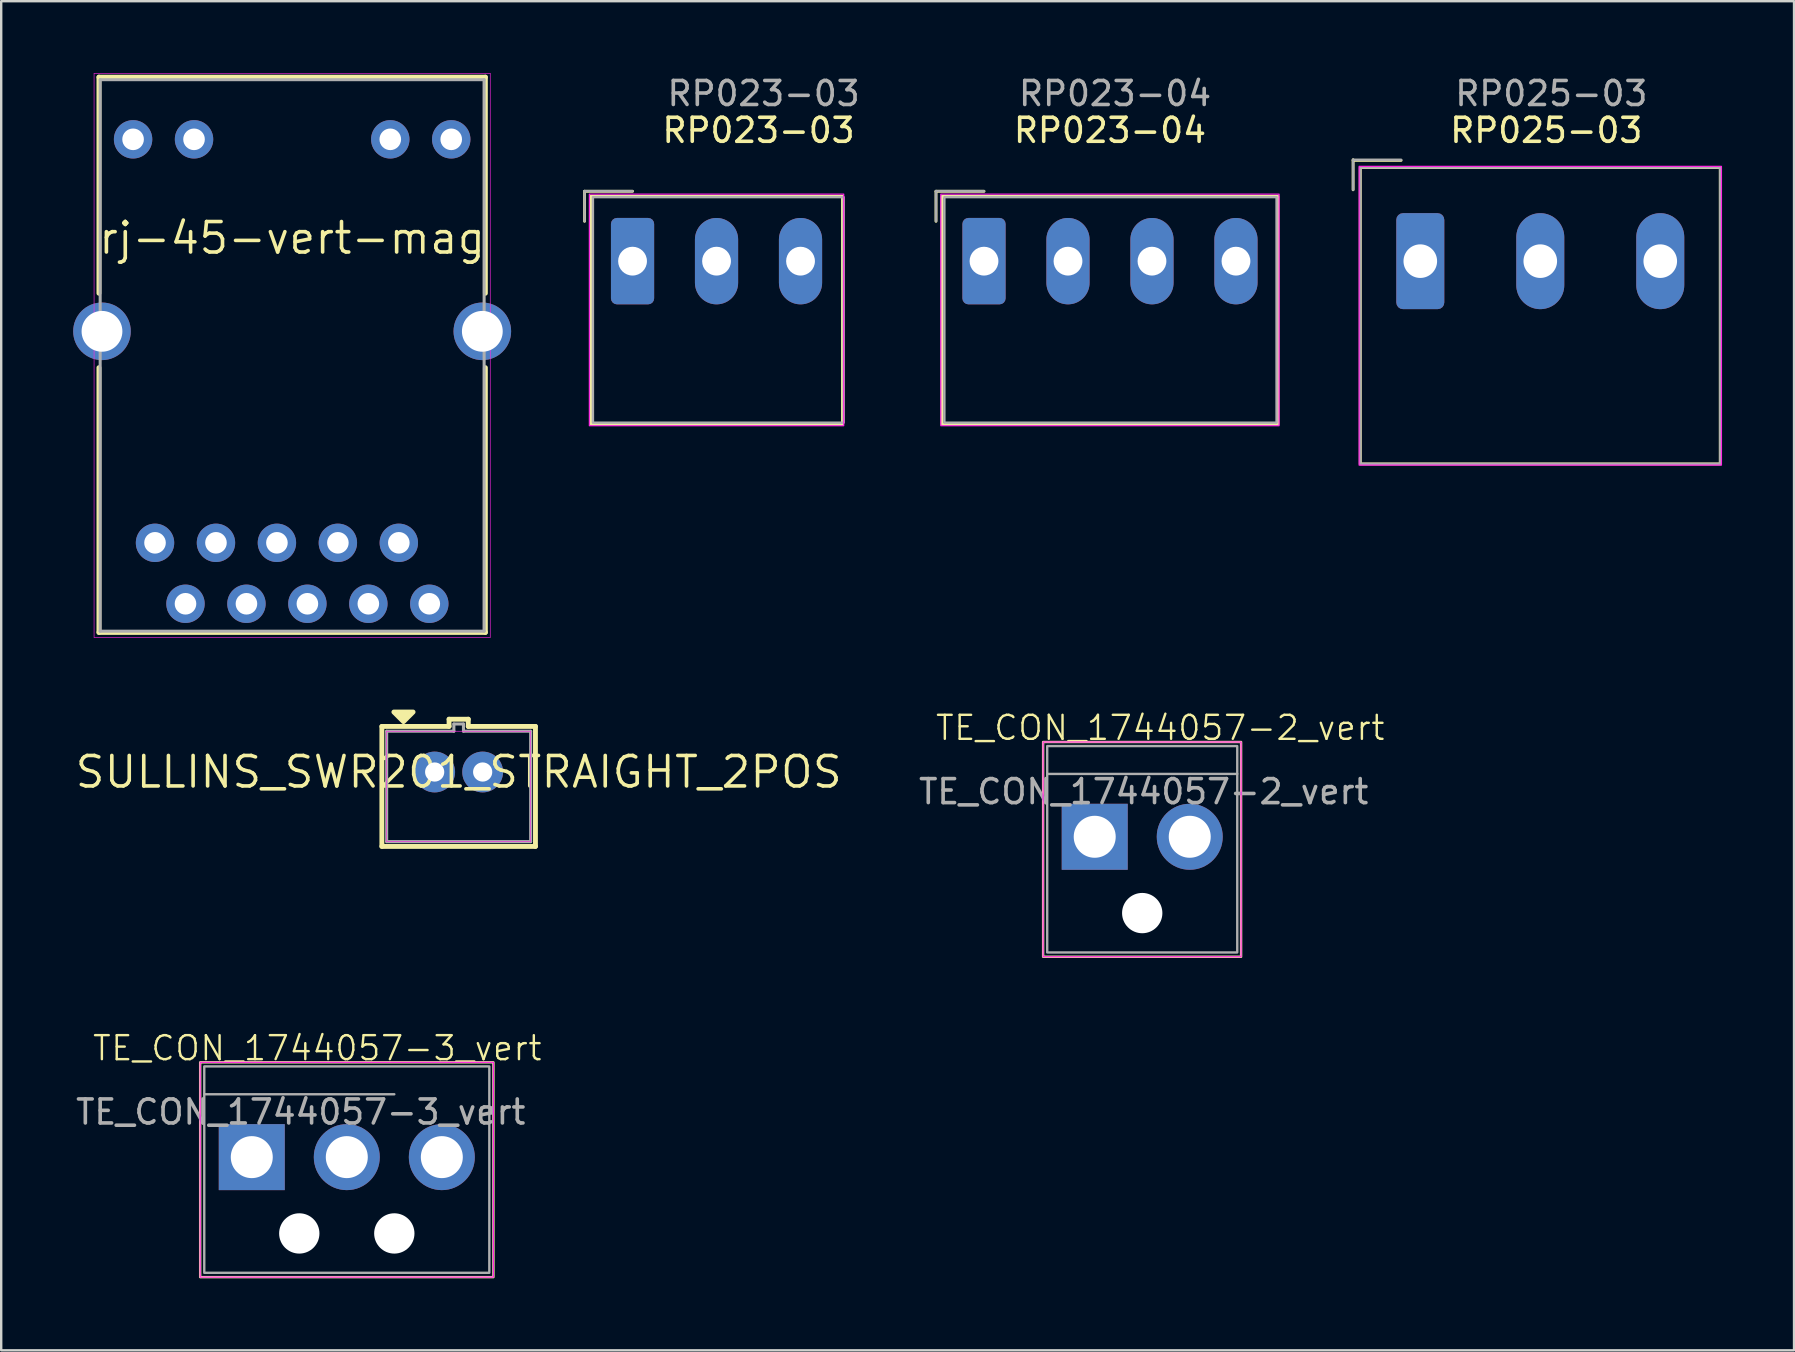
<source format=kicad_pcb>
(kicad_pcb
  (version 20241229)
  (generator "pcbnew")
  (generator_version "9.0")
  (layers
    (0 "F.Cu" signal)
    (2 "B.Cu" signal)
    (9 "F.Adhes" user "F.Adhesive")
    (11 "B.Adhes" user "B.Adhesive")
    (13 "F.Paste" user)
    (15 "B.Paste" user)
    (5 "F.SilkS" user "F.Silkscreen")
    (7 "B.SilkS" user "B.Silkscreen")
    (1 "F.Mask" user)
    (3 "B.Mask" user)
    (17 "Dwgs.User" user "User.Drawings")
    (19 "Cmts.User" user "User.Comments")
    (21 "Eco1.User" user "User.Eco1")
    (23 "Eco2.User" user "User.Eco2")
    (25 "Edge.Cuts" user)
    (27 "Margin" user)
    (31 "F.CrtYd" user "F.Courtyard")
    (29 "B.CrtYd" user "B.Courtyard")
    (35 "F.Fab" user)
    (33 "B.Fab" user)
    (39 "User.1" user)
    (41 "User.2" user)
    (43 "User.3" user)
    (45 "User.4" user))
  (footprint "TE_CON_1744057-3_vert"
    (layer "F.Cu")
    (at 7.442 45.171)
    (property "Reference" "TE_CON_1744057-3_vert" (at 2.73 -4.54 0) (unlocked yes) (layer "F.SilkS") (effects (font (size 1 1) (thickness 0.1))))
    (attr through_hole)
    (fp_rect (start -2.15 -3.95) (end 10.07 5) (stroke (width 0.1) (type default)) (fill no) (layer "F.SilkS"))
    (fp_rect (start -2.15 -3.95) (end 10.07 5) (stroke (width 0.05) (type default)) (fill no) (layer "F.CrtYd"))
    (fp_line (start -1.98 -2.62) (end 5.94 -2.62) (stroke (width 0.1) (type default)) (layer "F.Fab"))
    (fp_poly (pts (xy -1.98 -3.78) (xy 9.9 -3.78) (xy 9.9 4.82) (xy -1.98 4.82)) (stroke (width 0.1) (type solid)) (fill no) (layer "F.Fab"))
    (fp_text user "${REFERENCE}" (at 2.04 -1.88 0) (unlocked yes) (layer "F.Fab") (effects (font (size 1 1) (thickness 0.15))))
    (pad "" np_thru_hole circle (at 1.98 3.18) (size 1.68 1.68) (drill 1.68) (layers "*.Cu" "*.Mask"))
    (pad "" np_thru_hole circle (at 5.94 3.18) (size 1.68 1.68) (drill 1.68) (layers "*.Cu" "*.Mask"))
    (pad "1" thru_hole rect (at 0 0) (size 2.75 2.75) (drill 1.75) (layers "*.Cu" "*.Mask"))
    (pad "2" thru_hole circle (at 3.96 0) (size 2.75 2.75) (drill 1.75) (layers "*.Cu" "*.Mask"))
    (pad "3" thru_hole circle (at 7.92 0) (size 2.75 2.75) (drill 1.75) (layers "*.Cu" "*.Mask")))
  (footprint "TE_CON_1744057-2_vert"
    (layer "F.Cu")
    (at 42.57 31.821)
    (property "Reference" "TE_CON_1744057-2_vert" (at 2.73 -4.54 0) (unlocked yes) (layer "F.SilkS") (effects (font (size 1 1) (thickness 0.1))))
    (attr through_hole)
    (fp_rect (start -2.15 -3.95) (end 6.1 5) (stroke (width 0.1) (type default)) (fill no) (layer "F.SilkS"))
    (fp_rect (start -2.15 -3.95) (end 6.1 5) (stroke (width 0.05) (type default)) (fill no) (layer "F.CrtYd"))
    (fp_line (start -1.98 -2.62) (end 5.94 -2.62) (stroke (width 0.1) (type default)) (layer "F.Fab"))
    (fp_poly (pts (xy -1.98 -3.78) (xy 5.94 -3.78) (xy 5.94 4.82) (xy -1.98 4.82)) (stroke (width 0.1) (type solid)) (fill no) (layer "F.Fab"))
    (fp_text user "${REFERENCE}" (at 2.04 -1.88 0) (unlocked yes) (layer "F.Fab") (effects (font (size 1 1) (thickness 0.15))))
    (pad "" np_thru_hole circle (at 1.98 3.18) (size 1.68 1.68) (drill 1.68) (layers "*.Cu" "*.Mask"))
    (pad "1" thru_hole rect (at 0 0) (size 2.75 2.75) (drill 1.75) (layers "*.Cu" "*.Mask"))
    (pad "2" thru_hole circle (at 3.96 0) (size 2.75 2.75) (drill 1.75) (layers "*.Cu" "*.Mask")))
  (footprint "SULLINS_SWR201_STRAIGHT_2POS"
    (layer "F.Cu")
    (at 16.064 29.122)
    (property "Reference" "SULLINS_SWR201_STRAIGHT_2POS" (at 0 0 0) (layer "F.SilkS") (effects (font (size 1.27 1.27) (thickness 0.15))))
    (fp_line (start -3.2 -1.9) (end -3.2 3.1) (stroke (width 0.203) (type solid)) (layer "F.SilkS"))
    (fp_line (start -3.2 3.1) (end 3.2 3.1) (stroke (width 0.203) (type solid)) (layer "F.SilkS"))
    (fp_line (start -0.4 -2.2) (end -0.4 -1.9) (stroke (width 0.203) (type solid)) (layer "F.SilkS"))
    (fp_line (start -0.4 -1.9) (end -3.2 -1.9) (stroke (width 0.203) (type solid)) (layer "F.SilkS"))
    (fp_line (start 0.4 -2.2) (end -0.4 -2.2) (stroke (width 0.203) (type solid)) (layer "F.SilkS"))
    (fp_line (start 0.4 -1.9) (end 0.4 -2.2) (stroke (width 0.203) (type solid)) (layer "F.SilkS"))
    (fp_line (start 3.2 -1.9) (end 0.4 -1.9) (stroke (width 0.203) (type solid)) (layer "F.SilkS"))
    (fp_line (start 3.2 3.1) (end 3.2 -1.9) (stroke (width 0.203) (type solid)) (layer "F.SilkS"))
    (fp_poly (pts (xy -2.3 -2.1) (xy -2.7 -2.5) (xy -1.9 -2.5)) (stroke (width 0.203) (type solid)) (fill yes) (layer "F.SilkS"))
    (fp_line (start -3 -1.7) (end -3 2.9) (stroke (width 0.025) (type solid)) (layer "F.CrtYd"))
    (fp_line (start -3 2.9) (end 3 2.9) (stroke (width 0.025) (type solid)) (layer "F.CrtYd"))
    (fp_line (start 3 -1.7) (end -3 -1.7) (stroke (width 0.025) (type solid)) (layer "F.CrtYd"))
    (fp_line (start 3 2.9) (end 3 -1.7) (stroke (width 0.025) (type solid)) (layer "F.CrtYd"))
    (fp_line (start -3 -1.7) (end -3 2.9) (stroke (width 0.127) (type solid)) (layer "F.Fab"))
    (fp_line (start -3 2.9) (end 3 2.9) (stroke (width 0.127) (type solid)) (layer "F.Fab"))
    (fp_line (start -0.2 -2) (end -0.2 -1.7) (stroke (width 0.127) (type solid)) (layer "F.Fab"))
    (fp_line (start -0.2 -1.7) (end -3 -1.7) (stroke (width 0.127) (type solid)) (layer "F.Fab"))
    (fp_line (start 0.2 -2) (end -0.2 -2) (stroke (width 0.127) (type solid)) (layer "F.Fab"))
    (fp_line (start 0.2 -1.7) (end 0.2 -2) (stroke (width 0.127) (type solid)) (layer "F.Fab"))
    (fp_line (start 3 -1.7) (end 0.2 -1.7) (stroke (width 0.127) (type solid)) (layer "F.Fab"))
    (fp_line (start 3 2.9) (end 3 -1.7) (stroke (width 0.127) (type solid)) (layer "F.Fab"))
    (pad "1" thru_hole circle (at -1 0) (size 1.7 1.7) (drill 0.8) (layers "*.Cu" "*.Mask"))
    (pad "2" thru_hole circle (at 1 0) (size 1.7 1.7) (drill 0.8) (layers "*.Cu" "*.Mask")))
  (footprint "RP025-03"
    (layer "F.Cu")
    (at 56.138 7.833)
    (property "Reference" "RP025-03" (at 5.25 -5.45 0) (layer "F.SilkS") (effects (font (size 1 1) (thickness 0.15))))
    (attr through_hole)
    (fp_line (start -2.8 -4.2) (end -0.8 -4.2) (stroke (width 0.12) (type solid)) (layer "F.SilkS"))
    (fp_line (start -2.8 -2.975) (end -2.8 -4.225) (stroke (width 0.12) (type solid)) (layer "F.SilkS"))
    (fp_rect (start -2.5 -3.9) (end 12.5 8.45) (stroke (width 0.12) (type default)) (fill no) (layer "F.SilkS"))
    (fp_rect (start -2.55 -3.95) (end 12.55 8.5) (stroke (width 0.05) (type default)) (fill no) (layer "F.CrtYd"))
    (fp_line (start -2.8 -4.225) (end -0.8 -4.225) (stroke (width 0.1) (type solid)) (layer "F.Fab"))
    (fp_line (start -2.8 -2.975) (end -2.8 -4.225) (stroke (width 0.1) (type solid)) (layer "F.Fab"))
    (fp_rect (start -2.5 -3.9) (end 12.5 8.45) (stroke (width 0.1) (type default)) (fill no) (layer "F.Fab"))
    (fp_text user "${REFERENCE}" (at 5.461 -6.985 0) (layer "F.Fab") (effects (font (size 1 1) (thickness 0.15))))
    (pad "1" thru_hole roundrect (at 0 0) (size 2 4) (drill 1.4) (layers "*.Cu" "*.Mask") (roundrect_rratio 0.139))
    (pad "2" thru_hole oval (at 5 0) (size 2 4) (drill 1.4) (layers "*.Cu" "*.Mask"))
    (pad "3" thru_hole oval (at 10 0) (size 2 4) (drill 1.4) (layers "*.Cu" "*.Mask")))
  (footprint "RP023-04"
    (layer "F.Cu")
    (at 37.956 7.833)
    (property "Reference" "RP023-04" (at 5.25 -5.45 0) (layer "F.SilkS") (effects (font (size 1 1) (thickness 0.15))))
    (attr through_hole)
    (fp_line (start -2 -2.911) (end 0 -2.911) (stroke (width 0.12) (type solid)) (layer "F.SilkS"))
    (fp_line (start -2 -1.661) (end -2 -2.911) (stroke (width 0.12) (type solid)) (layer "F.SilkS"))
    (fp_rect (start -1.75 -2.7) (end 12.25 6.8) (stroke (width 0.12) (type default)) (fill no) (layer "F.SilkS"))
    (fp_rect (start -1.8 -2.794) (end 12.297 6.858) (stroke (width 0.05) (type default)) (fill no) (layer "F.CrtYd"))
    (fp_line (start -2 -2.921) (end 0 -2.921) (stroke (width 0.1) (type solid)) (layer "F.Fab"))
    (fp_line (start -2 -1.671) (end -2 -2.921) (stroke (width 0.1) (type solid)) (layer "F.Fab"))
    (fp_rect (start -1.651 -2.667) (end 12.192 6.731) (stroke (width 0.1) (type default)) (fill no) (layer "F.Fab"))
    (fp_text user "${REFERENCE}" (at 5.461 -6.985 0) (layer "F.Fab") (effects (font (size 1 1) (thickness 0.15))))
    (pad "1" thru_hole roundrect (at 0 0) (size 1.8 3.6) (drill 1.2) (layers "*.Cu" "*.Mask") (roundrect_rratio 0.139))
    (pad "2" thru_hole oval (at 3.5 0) (size 1.8 3.6) (drill 1.2) (layers "*.Cu" "*.Mask"))
    (pad "3" thru_hole oval (at 7 0) (size 1.8 3.6) (drill 1.2) (layers "*.Cu" "*.Mask"))
    (pad "4" thru_hole oval (at 10.5 0) (size 1.8 3.6) (drill 1.2) (layers "*.Cu" "*.Mask")))
  (footprint "rj-45-vert-mag"
    (layer "F.Cu")
    (at 9.125 6.871)
    (property "Reference" "rj-45-vert-mag" (at 0 0 0) (layer "F.SilkS") (effects (font (size 1.27 1.27) (thickness 0.15))))
    (fp_line (start -8.052 -6.706) (end -8.052 2.3) (stroke (width 0.203) (type solid)) (layer "F.SilkS"))
    (fp_line (start -8.052 5.4) (end -8.052 16.434) (stroke (width 0.203) (type solid)) (layer "F.SilkS"))
    (fp_line (start -8.052 16.434) (end 8.052 16.434) (stroke (width 0.203) (type solid)) (layer "F.SilkS"))
    (fp_line (start 8.052 -6.706) (end -8.052 -6.706) (stroke (width 0.203) (type solid)) (layer "F.SilkS"))
    (fp_line (start 8.052 2.3) (end 8.052 -6.706) (stroke (width 0.203) (type solid)) (layer "F.SilkS"))
    (fp_line (start 8.052 16.434) (end 8.052 5.4) (stroke (width 0.203) (type solid)) (layer "F.SilkS"))
    (fp_line (start -8.255 -6.858) (end -8.255 16.637) (stroke (width 0.025) (type solid)) (layer "F.CrtYd"))
    (fp_line (start -8.255 16.637) (end 8.255 16.637) (stroke (width 0.025) (type solid)) (layer "F.CrtYd"))
    (fp_line (start 8.255 -6.858) (end -8.255 -6.858) (stroke (width 0.025) (type solid)) (layer "F.CrtYd"))
    (fp_line (start 8.255 16.637) (end 8.255 -6.858) (stroke (width 0.025) (type solid)) (layer "F.CrtYd"))
    (fp_line (start -8.001 16.383) (end 8 16.383) (stroke (width 0.127) (type solid)) (layer "F.Fab"))
    (fp_line (start -8 -6.6) (end -8.001 16.383) (stroke (width 0.127) (type solid)) (layer "F.Fab"))
    (fp_line (start 8 -6.6) (end -8 -6.6) (stroke (width 0.127) (type solid)) (layer "F.Fab"))
    (fp_line (start 8 16.383) (end 8 -6.6) (stroke (width 0.127) (type solid)) (layer "F.Fab"))
    (pad "" np_thru_hole circle (at -5.715 0) (size 0.00001 0.00001) (drill 3.2) (layers "*.Cu" "*.Paste" "*.Mask"))
    (pad "" np_thru_hole circle (at 5.715 0) (size 0.00001 0.00001) (drill 3.2) (layers "*.Cu" "*.Paste" "*.Mask"))
    (pad "1" thru_hole circle (at 5.715 15.24) (size 1.6 1.6) (drill 0.9) (layers "*.Cu" "*.Mask"))
    (pad "2" thru_hole circle (at 3.175 15.24) (size 1.6 1.6) (drill 0.9) (layers "*.Cu" "*.Mask"))
    (pad "3" thru_hole circle (at 0.635 15.24) (size 1.6 1.6) (drill 0.9) (layers "*.Cu" "*.Mask"))
    (pad "4" thru_hole circle (at -1.905 15.24) (size 1.6 1.6) (drill 0.9) (layers "*.Cu" "*.Mask"))
    (pad "5" thru_hole circle (at -4.445 15.24) (size 1.6 1.6) (drill 0.9) (layers "*.Cu" "*.Mask"))
    (pad "6" thru_hole circle (at 4.445 12.7) (size 1.6 1.6) (drill 0.9) (layers "*.Cu" "*.Mask"))
    (pad "7" thru_hole circle (at 1.905 12.7) (size 1.6 1.6) (drill 0.9) (layers "*.Cu" "*.Mask"))
    (pad "8" thru_hole circle (at -0.635 12.7) (size 1.6 1.6) (drill 0.9) (layers "*.Cu" "*.Mask"))
    (pad "9" thru_hole circle (at -3.175 12.7) (size 1.6 1.6) (drill 0.9) (layers "*.Cu" "*.Mask"))
    (pad "10" thru_hole circle (at -5.715 12.7) (size 1.6 1.6) (drill 0.9) (layers "*.Cu" "*.Mask"))
    (pad "11" thru_hole circle (at 6.629 -4.115) (size 1.6 1.6) (drill 0.9) (layers "*.Cu" "*.Mask"))
    (pad "12" thru_hole circle (at 4.089 -4.115) (size 1.6 1.6) (drill 0.9) (layers "*.Cu" "*.Mask"))
    (pad "13" thru_hole circle (at -4.089 -4.115) (size 1.6 1.6) (drill 0.9) (layers "*.Cu" "*.Mask"))
    (pad "14" thru_hole circle (at -6.629 -4.115) (size 1.6 1.6) (drill 0.9) (layers "*.Cu" "*.Mask"))
    (pad "15" thru_hole circle (at 7.925 3.886) (size 2.4 2.4) (drill 1.7) (layers "*.Cu" "*.Mask"))
    (pad "16" thru_hole circle (at -7.925 3.886) (size 2.4 2.4) (drill 1.7) (layers "*.Cu" "*.Mask")))
  (footprint "RP023-03"
    (layer "F.Cu")
    (at 23.31 7.833)
    (property "Reference" "RP023-03" (at 5.25 -5.45 0) (layer "F.SilkS") (effects (font (size 1 1) (thickness 0.15))))
    (attr through_hole)
    (fp_line (start -2 -2.911) (end 0 -2.911) (stroke (width 0.12) (type solid)) (layer "F.SilkS"))
    (fp_line (start -2 -1.661) (end -2 -2.911) (stroke (width 0.12) (type solid)) (layer "F.SilkS"))
    (fp_rect (start -1.75 -2.7) (end 8.75 6.8) (stroke (width 0.12) (type default)) (fill no) (layer "F.SilkS"))
    (fp_rect (start -1.8 -2.794) (end 8.8 6.858) (stroke (width 0.05) (type default)) (fill no) (layer "F.CrtYd"))
    (fp_line (start -2 -2.921) (end 0 -2.921) (stroke (width 0.1) (type solid)) (layer "F.Fab"))
    (fp_line (start -2 -1.671) (end -2 -2.921) (stroke (width 0.1) (type solid)) (layer "F.Fab"))
    (fp_rect (start -1.651 -2.667) (end 8.8 6.731) (stroke (width 0.1) (type default)) (fill no) (layer "F.Fab"))
    (fp_text user "${REFERENCE}" (at 5.461 -6.985 0) (layer "F.Fab") (effects (font (size 1 1) (thickness 0.15))))
    (pad "1" thru_hole roundrect (at 0 0) (size 1.8 3.6) (drill 1.2) (layers "*.Cu" "*.Mask") (roundrect_rratio 0.139))
    (pad "2" thru_hole oval (at 3.5 0) (size 1.8 3.6) (drill 1.2) (layers "*.Cu" "*.Mask"))
    (pad "3" thru_hole oval (at 7 0) (size 1.8 3.6) (drill 1.2) (layers "*.Cu" "*.Mask")))
  (gr_rect
    (start -3 -3)
    (end 71.713 53.221)
    (stroke (width 0.1) (type default))
    (fill no)
    (layer "Edge.Cuts")))
</source>
